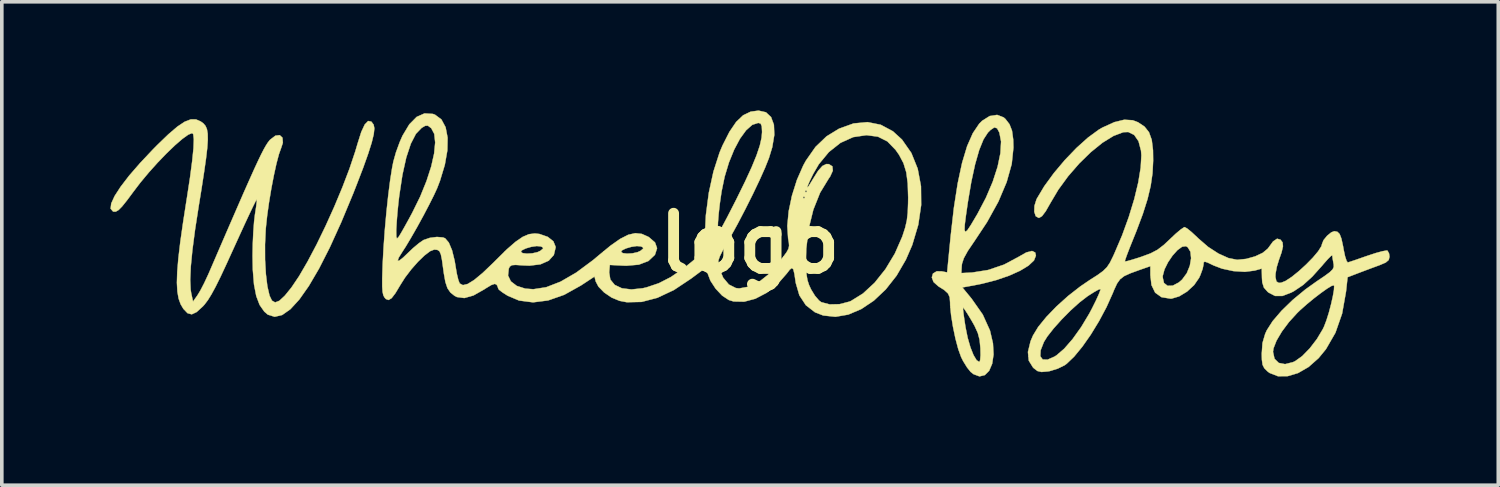
<source format=kicad_pcb>
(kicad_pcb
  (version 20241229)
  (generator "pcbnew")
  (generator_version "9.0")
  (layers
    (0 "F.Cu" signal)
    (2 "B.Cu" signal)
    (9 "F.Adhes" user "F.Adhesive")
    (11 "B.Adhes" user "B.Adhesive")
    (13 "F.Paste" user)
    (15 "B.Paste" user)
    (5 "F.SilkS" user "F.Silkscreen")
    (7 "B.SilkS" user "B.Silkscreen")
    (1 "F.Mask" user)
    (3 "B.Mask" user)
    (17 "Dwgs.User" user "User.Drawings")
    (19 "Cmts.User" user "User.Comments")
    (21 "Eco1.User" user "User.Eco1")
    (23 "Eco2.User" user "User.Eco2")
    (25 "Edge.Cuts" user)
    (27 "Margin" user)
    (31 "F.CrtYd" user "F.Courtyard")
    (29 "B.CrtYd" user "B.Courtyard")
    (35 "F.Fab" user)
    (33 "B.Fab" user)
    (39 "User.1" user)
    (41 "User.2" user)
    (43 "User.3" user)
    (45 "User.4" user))
  (footprint "logo"
    (layer "F.Cu")
    (at 17.658 3.674)
    (property "Reference" "logo" (at 0 0 0) (layer "F.SilkS") (effects (font (size 1.524 1.524) (thickness 0.3))))
    (attr through_hole)
    (fp_poly (pts (xy 7.012 -3.481) (xy 7.058 -3.441) (xy 7.172 -3.294) (xy 7.242 -3.114) (xy 7.275 -2.87) (xy 7.281 -2.645) (xy 7.234 -2.195) (xy 7.094 -1.696) (xy 6.866 -1.157) (xy 6.553 -0.59) (xy 6.201 -0.059) (xy 6.022 0.205) (xy 5.911 0.406) (xy 5.86 0.562) (xy 5.854 0.614) (xy 5.842 0.818) (xy 6.139 0.803) (xy 6.577 0.734) (xy 7.022 0.584) (xy 7.417 0.373) (xy 7.637 0.248) (xy 7.794 0.207) (xy 7.883 0.25) (xy 7.902 0.335) (xy 7.849 0.469) (xy 7.698 0.611) (xy 7.463 0.754) (xy 7.16 0.89) (xy 6.803 1.012) (xy 6.406 1.114) (xy 6.244 1.146) (xy 5.871 1.215) (xy 6.126 1.525) (xy 6.434 1.964) (xy 6.634 2.406) (xy 6.716 2.76) (xy 6.732 3.066) (xy 6.694 3.321) (xy 6.611 3.515) (xy 6.491 3.635) (xy 6.344 3.671) (xy 6.179 3.61) (xy 6.099 3.547) (xy 6.001 3.425) (xy 5.892 3.248) (xy 5.837 3.138) (xy 5.758 2.92) (xy 5.68 2.628) (xy 5.612 2.303) (xy 5.56 1.982) (xy 5.539 1.769) (xy 5.889 1.769) (xy 5.89 1.828) (xy 5.907 1.973) (xy 5.937 2.179) (xy 5.958 2.313) (xy 6.017 2.605) (xy 6.093 2.868) (xy 6.178 3.081) (xy 6.263 3.223) (xy 6.339 3.274) (xy 6.362 3.222) (xy 6.373 3.086) (xy 6.369 2.893) (xy 6.369 2.892) (xy 6.347 2.662) (xy 6.298 2.474) (xy 6.208 2.276) (xy 6.126 2.131) (xy 6.02 1.955) (xy 5.937 1.827) (xy 5.892 1.77) (xy 5.889 1.769) (xy 5.539 1.769) (xy 5.533 1.706) (xy 5.532 1.632) (xy 5.521 1.486) (xy 5.474 1.381) (xy 5.369 1.285) (xy 5.207 1.183) (xy 5.075 1.065) (xy 5.027 0.938) (xy 5.059 0.83) (xy 5.164 0.768) (xy 5.302 0.77) (xy 5.45 0.799) (xy 5.548 -0.207) (xy 5.566 -0.365) (xy 5.931 -0.365) (xy 5.955 -0.319) (xy 6.012 -0.369) (xy 6.105 -0.509) (xy 6.239 -0.735) (xy 6.288 -0.818) (xy 6.522 -1.264) (xy 6.709 -1.703) (xy 6.844 -2.119) (xy 6.922 -2.495) (xy 6.94 -2.816) (xy 6.893 -3.062) (xy 6.829 -3.181) (xy 6.754 -3.205) (xy 6.648 -3.134) (xy 6.576 -3.062) (xy 6.454 -2.874) (xy 6.335 -2.58) (xy 6.222 -2.184) (xy 6.116 -1.694) (xy 6.018 -1.114) (xy 6.018 -1.11) (xy 5.967 -0.756) (xy 5.936 -0.509) (xy 5.931 -0.365) (xy 5.566 -0.365) (xy 5.637 -0.988) (xy 5.742 -1.661) (xy 5.863 -2.226) (xy 6.002 -2.687) (xy 6.16 -3.046) (xy 6.336 -3.307) (xy 6.417 -3.388) (xy 6.627 -3.52) (xy 6.831 -3.551) (xy 7.012 -3.481)) (stroke (width 0.01) (type solid)) (fill yes) (layer "F.SilkS"))
    (fp_poly (pts (xy -15.164 -3.369) (xy -15.161 -3.367) (xy -15.087 -3.312) (xy -15.031 -3.245) (xy -14.993 -3.156) (xy -14.972 -3.032) (xy -14.969 -2.864) (xy -14.984 -2.639) (xy -15.018 -2.347) (xy -15.071 -1.975) (xy -15.142 -1.513) (xy -15.218 -1.044) (xy -15.321 -0.38) (xy -15.394 0.18) (xy -15.439 0.64) (xy -15.455 1.003) (xy -15.443 1.274) (xy -15.426 1.38) (xy -15.377 1.604) (xy -15.253 1.429) (xy -15.172 1.295) (xy -15.068 1.094) (xy -14.961 0.865) (xy -14.937 0.811) (xy -14.639 0.12) (xy -14.381 -0.476) (xy -14.161 -0.982) (xy -13.975 -1.409) (xy -13.818 -1.762) (xy -13.689 -2.05) (xy -13.582 -2.28) (xy -13.495 -2.461) (xy -13.424 -2.599) (xy -13.365 -2.703) (xy -13.316 -2.78) (xy -13.272 -2.838) (xy -13.248 -2.865) (xy -13.102 -2.977) (xy -12.982 -2.991) (xy -12.907 -2.921) (xy -12.896 -2.781) (xy -12.943 -2.638) (xy -13.004 -2.467) (xy -13.073 -2.208) (xy -13.144 -1.884) (xy -13.214 -1.522) (xy -13.277 -1.144) (xy -13.329 -0.775) (xy -13.365 -0.439) (xy -13.369 -0.393) (xy -13.389 0.027) (xy -13.388 0.449) (xy -13.365 0.844) (xy -13.324 1.183) (xy -13.264 1.44) (xy -13.264 1.441) (xy -13.196 1.58) (xy -13.108 1.628) (xy -12.993 1.583) (xy -12.842 1.442) (xy -12.658 1.215) (xy -12.446 0.9) (xy -12.213 0.499) (xy -11.966 0.032) (xy -11.718 -0.479) (xy -11.477 -1.013) (xy -11.253 -1.549) (xy -11.056 -2.065) (xy -10.897 -2.539) (xy -10.832 -2.759) (xy -10.731 -3.078) (xy -10.634 -3.286) (xy -10.541 -3.382) (xy -10.452 -3.365) (xy -10.389 -3.281) (xy -10.369 -3.181) (xy -10.386 -3.019) (xy -10.442 -2.787) (xy -10.54 -2.478) (xy -10.68 -2.085) (xy -10.867 -1.599) (xy -10.953 -1.38) (xy -11.284 -0.585) (xy -11.598 0.106) (xy -11.896 0.692) (xy -12.178 1.173) (xy -12.442 1.548) (xy -12.687 1.815) (xy -12.914 1.975) (xy -13.122 2.025) (xy -13.31 1.966) (xy -13.409 1.881) (xy -13.538 1.697) (xy -13.631 1.451) (xy -13.693 1.132) (xy -13.726 0.725) (xy -13.733 0.339) (xy -13.727 0.014) (xy -13.712 -0.31) (xy -13.691 -0.597) (xy -13.666 -0.808) (xy -13.665 -0.812) (xy -13.635 -1.006) (xy -13.617 -1.152) (xy -13.617 -1.218) (xy -13.617 -1.218) (xy -13.644 -1.174) (xy -13.711 -1.04) (xy -13.812 -0.829) (xy -13.94 -0.555) (xy -14.089 -0.23) (xy -14.251 0.125) (xy -14.453 0.568) (xy -14.618 0.921) (xy -14.754 1.195) (xy -14.868 1.405) (xy -14.965 1.562) (xy -15.054 1.68) (xy -15.104 1.736) (xy -15.277 1.894) (xy -15.412 1.957) (xy -15.528 1.926) (xy -15.643 1.806) (xy -15.719 1.678) (xy -15.775 1.522) (xy -15.809 1.328) (xy -15.822 1.085) (xy -15.813 0.783) (xy -15.782 0.412) (xy -15.729 -0.038) (xy -15.652 -0.578) (xy -15.553 -1.217) (xy -15.548 -1.245) (xy -15.461 -1.815) (xy -15.4 -2.278) (xy -15.364 -2.633) (xy -15.355 -2.879) (xy -15.371 -3.017) (xy -15.401 -3.048) (xy -15.507 -3.006) (xy -15.669 -2.89) (xy -15.874 -2.713) (xy -16.107 -2.489) (xy -16.354 -2.233) (xy -16.601 -1.958) (xy -16.834 -1.678) (xy -17.016 -1.439) (xy -17.201 -1.19) (xy -17.336 -1.022) (xy -17.434 -0.923) (xy -17.509 -0.88) (xy -17.574 -0.88) (xy -17.588 -0.885) (xy -17.653 -0.961) (xy -17.636 -1.105) (xy -17.543 -1.309) (xy -17.376 -1.567) (xy -17.142 -1.872) (xy -16.843 -2.217) (xy -16.485 -2.597) (xy -16.365 -2.719) (xy -16.059 -3.014) (xy -15.811 -3.226) (xy -15.609 -3.361) (xy -15.441 -3.426) (xy -15.297 -3.427) (xy -15.164 -3.369)) (stroke (width 0.01) (type solid)) (fill yes) (layer "F.SilkS"))
    (fp_poly (pts (xy 10.576 -3.403) (xy 10.723 -3.347) (xy 10.902 -3.227) (xy 11.025 -3.072) (xy 11.101 -2.861) (xy 11.136 -2.575) (xy 11.14 -2.286) (xy 11.122 -1.938) (xy 11.072 -1.592) (xy 10.985 -1.226) (xy 10.855 -0.816) (xy 10.677 -0.341) (xy 10.587 -0.118) (xy 10.491 0.12) (xy 10.416 0.316) (xy 10.369 0.449) (xy 10.358 0.497) (xy 10.415 0.489) (xy 10.552 0.451) (xy 10.745 0.391) (xy 10.817 0.367) (xy 11.069 0.274) (xy 11.26 0.174) (xy 11.437 0.038) (xy 11.601 -0.116) (xy 11.764 -0.27) (xy 11.902 -0.386) (xy 11.993 -0.447) (xy 12.009 -0.452) (xy 12.079 -0.414) (xy 12.202 -0.314) (xy 12.355 -0.172) (xy 12.391 -0.137) (xy 12.659 0.095) (xy 12.945 0.28) (xy 13.221 0.404) (xy 13.459 0.451) (xy 13.466 0.451) (xy 13.711 0.426) (xy 13.957 0.357) (xy 14.166 0.259) (xy 14.305 0.144) (xy 14.319 0.125) (xy 14.452 -0.056) (xy 14.563 -0.131) (xy 14.657 -0.105) (xy 14.714 -0.03) (xy 14.725 0.079) (xy 14.687 0.245) (xy 14.616 0.446) (xy 14.554 0.648) (xy 14.52 0.837) (xy 14.517 0.926) (xy 14.544 1.048) (xy 14.608 1.088) (xy 14.67 1.086) (xy 14.796 1.036) (xy 14.968 0.923) (xy 15.165 0.764) (xy 15.366 0.58) (xy 15.551 0.391) (xy 15.698 0.216) (xy 15.787 0.075) (xy 15.804 0.013) (xy 15.846 -0.092) (xy 15.944 -0.212) (xy 16.06 -0.307) (xy 16.144 -0.339) (xy 16.229 -0.322) (xy 16.291 -0.26) (xy 16.34 -0.132) (xy 16.386 0.082) (xy 16.401 0.169) (xy 16.44 0.353) (xy 16.482 0.481) (xy 16.515 0.525) (xy 16.588 0.502) (xy 16.741 0.451) (xy 16.946 0.379) (xy 17.062 0.339) (xy 17.284 0.266) (xy 17.467 0.216) (xy 17.585 0.195) (xy 17.612 0.198) (xy 17.655 0.276) (xy 17.667 0.366) (xy 17.646 0.456) (xy 17.564 0.526) (xy 17.399 0.597) (xy 17.184 0.676) (xy 16.939 0.768) (xy 16.82 0.813) (xy 16.51 0.932) (xy 16.467 1.327) (xy 16.359 1.936) (xy 16.174 2.466) (xy 15.912 2.92) (xy 15.71 3.166) (xy 15.433 3.411) (xy 15.142 3.579) (xy 14.854 3.665) (xy 14.586 3.666) (xy 14.355 3.576) (xy 14.298 3.533) (xy 14.21 3.445) (xy 14.162 3.35) (xy 14.143 3.21) (xy 14.139 3.039) (xy 14.143 2.993) (xy 14.45 2.993) (xy 14.492 3.184) (xy 14.609 3.299) (xy 14.784 3.333) (xy 15.002 3.278) (xy 15.062 3.25) (xy 15.256 3.111) (xy 15.465 2.897) (xy 15.663 2.639) (xy 15.825 2.368) (xy 15.86 2.295) (xy 15.925 2.125) (xy 15.992 1.912) (xy 16.053 1.682) (xy 16.102 1.464) (xy 16.133 1.287) (xy 16.139 1.176) (xy 16.132 1.156) (xy 16.072 1.17) (xy 15.947 1.245) (xy 15.778 1.365) (xy 15.583 1.514) (xy 15.383 1.679) (xy 15.197 1.844) (xy 15.121 1.918) (xy 14.891 2.17) (xy 14.695 2.433) (xy 14.547 2.683) (xy 14.464 2.896) (xy 14.45 2.993) (xy 14.143 2.993) (xy 14.16 2.748) (xy 14.233 2.499) (xy 14.278 2.399) (xy 14.44 2.145) (xy 14.685 1.859) (xy 14.992 1.561) (xy 15.343 1.271) (xy 15.655 1.048) (xy 15.876 0.899) (xy 16.018 0.794) (xy 16.097 0.716) (xy 16.128 0.65) (xy 16.126 0.578) (xy 16.12 0.549) (xy 16.096 0.412) (xy 16.087 0.329) (xy 16.054 0.343) (xy 15.968 0.428) (xy 15.845 0.567) (xy 15.812 0.607) (xy 15.534 0.917) (xy 15.281 1.147) (xy 15.028 1.317) (xy 14.952 1.357) (xy 14.709 1.45) (xy 14.507 1.449) (xy 14.326 1.355) (xy 14.303 1.336) (xy 14.199 1.219) (xy 14.153 1.074) (xy 14.145 0.95) (xy 14.139 0.694) (xy 13.942 0.749) (xy 13.674 0.783) (xy 13.358 0.763) (xy 13.041 0.695) (xy 12.808 0.606) (xy 12.65 0.53) (xy 12.567 0.502) (xy 12.536 0.522) (xy 12.531 0.583) (xy 12.507 0.701) (xy 12.446 0.868) (xy 12.41 0.948) (xy 12.271 1.149) (xy 12.076 1.329) (xy 11.858 1.461) (xy 11.651 1.523) (xy 11.619 1.524) (xy 11.37 1.483) (xy 11.195 1.358) (xy 11.094 1.148) (xy 11.07 0.934) (xy 11.403 0.934) (xy 11.439 1.091) (xy 11.538 1.169) (xy 11.681 1.165) (xy 11.85 1.076) (xy 11.939 0.998) (xy 12.069 0.822) (xy 12.153 0.616) (xy 12.188 0.409) (xy 12.17 0.229) (xy 12.096 0.105) (xy 12.046 0.075) (xy 11.94 0.09) (xy 11.81 0.185) (xy 11.674 0.337) (xy 11.549 0.522) (xy 11.453 0.716) (xy 11.405 0.895) (xy 11.403 0.934) (xy 11.07 0.934) (xy 11.063 0.875) (xy 11.063 0.627) (xy 10.767 0.73) (xy 10.514 0.822) (xy 10.342 0.9) (xy 10.227 0.988) (xy 10.143 1.106) (xy 10.063 1.278) (xy 10.025 1.372) (xy 9.852 1.757) (xy 9.645 2.145) (xy 9.418 2.517) (xy 9.184 2.85) (xy 8.958 3.125) (xy 8.753 3.321) (xy 8.696 3.363) (xy 8.505 3.457) (xy 8.284 3.525) (xy 8.229 3.534) (xy 8.057 3.549) (xy 7.945 3.523) (xy 7.843 3.445) (xy 7.822 3.425) (xy 7.705 3.236) (xy 7.693 3.116) (xy 8.023 3.116) (xy 8.09 3.204) (xy 8.223 3.209) (xy 8.417 3.124) (xy 8.471 3.089) (xy 8.683 2.907) (xy 8.916 2.639) (xy 9.152 2.309) (xy 9.376 1.937) (xy 9.452 1.793) (xy 9.559 1.578) (xy 9.639 1.402) (xy 9.683 1.288) (xy 9.687 1.258) (xy 9.631 1.274) (xy 9.509 1.342) (xy 9.345 1.446) (xy 9.327 1.458) (xy 9.106 1.628) (xy 8.861 1.849) (xy 8.615 2.097) (xy 8.392 2.346) (xy 8.215 2.572) (xy 8.123 2.72) (xy 8.032 2.951) (xy 8.023 3.116) (xy 7.693 3.116) (xy 7.682 2.996) (xy 7.754 2.701) (xy 7.821 2.543) (xy 7.966 2.304) (xy 8.19 2.029) (xy 8.471 1.738) (xy 8.79 1.451) (xy 9.128 1.187) (xy 9.382 1.014) (xy 9.606 0.871) (xy 9.758 0.76) (xy 9.864 0.655) (xy 9.947 0.53) (xy 10.032 0.358) (xy 10.067 0.282) (xy 10.282 -0.222) (xy 10.467 -0.731) (xy 10.618 -1.225) (xy 10.729 -1.686) (xy 10.796 -2.095) (xy 10.815 -2.433) (xy 10.805 -2.563) (xy 10.736 -2.824) (xy 10.616 -2.998) (xy 10.453 -3.078) (xy 10.316 -3.073) (xy 10.044 -2.97) (xy 9.74 -2.782) (xy 9.42 -2.523) (xy 9.099 -2.21) (xy 8.793 -1.858) (xy 8.52 -1.484) (xy 8.306 -1.123) (xy 8.173 -0.89) (xy 8.07 -0.754) (xy 7.988 -0.706) (xy 7.98 -0.706) (xy 7.897 -0.753) (xy 7.857 -0.875) (xy 7.862 -1.039) (xy 7.917 -1.215) (xy 7.927 -1.236) (xy 8.133 -1.581) (xy 8.398 -1.944) (xy 8.701 -2.304) (xy 9.022 -2.638) (xy 9.34 -2.924) (xy 9.636 -3.141) (xy 9.74 -3.201) (xy 10.07 -3.351) (xy 10.342 -3.417) (xy 10.576 -3.403)) (stroke (width 0.01) (type solid)) (fill yes) (layer "F.SilkS"))
    (fp_poly (pts (xy 0.446 -3.623) (xy 0.588 -3.49) (xy 0.666 -3.279) (xy 0.677 -2.999) (xy 0.62 -2.658) (xy 0.529 -2.36) (xy 0.422 -2.091) (xy 0.269 -1.749) (xy 0.083 -1.359) (xy -0.124 -0.946) (xy -0.339 -0.534) (xy -0.552 -0.148) (xy -0.615 -0.037) (xy -0.746 0.192) (xy -0.826 0.351) (xy -0.865 0.464) (xy -0.871 0.558) (xy -0.852 0.658) (xy -0.846 0.68) (xy -0.736 0.945) (xy -0.578 1.134) (xy -0.386 1.231) (xy -0.295 1.242) (xy -0.024 1.193) (xy 0.255 1.061) (xy 0.505 0.863) (xy 0.575 0.787) (xy 0.781 0.542) (xy 0.924 0.367) (xy 1.554 0.367) (xy 1.556 0.654) (xy 1.567 0.858) (xy 1.592 1.011) (xy 1.635 1.144) (xy 1.693 1.27) (xy 1.798 1.442) (xy 1.913 1.576) (xy 1.976 1.622) (xy 2.204 1.683) (xy 2.477 1.677) (xy 2.748 1.607) (xy 2.794 1.588) (xy 3.126 1.382) (xy 3.449 1.083) (xy 3.747 0.709) (xy 4.006 0.279) (xy 4.211 -0.189) (xy 4.218 -0.21) (xy 4.291 -0.435) (xy 4.337 -0.634) (xy 4.362 -0.847) (xy 4.372 -1.113) (xy 4.374 -1.27) (xy 4.362 -1.658) (xy 4.322 -1.965) (xy 4.244 -2.219) (xy 4.122 -2.449) (xy 4.025 -2.587) (xy 3.799 -2.819) (xy 3.54 -2.949) (xy 3.226 -2.991) (xy 3.221 -2.991) (xy 2.855 -2.937) (xy 2.505 -2.779) (xy 2.185 -2.526) (xy 1.906 -2.188) (xy 1.753 -1.925) (xy 1.651 -1.716) (xy 1.596 -1.587) (xy 1.589 -1.544) (xy 1.63 -1.592) (xy 1.719 -1.737) (xy 1.745 -1.781) (xy 1.887 -2.007) (xy 2.005 -2.14) (xy 2.114 -2.193) (xy 2.184 -2.191) (xy 2.281 -2.13) (xy 2.293 -2.011) (xy 2.219 -1.848) (xy 2.179 -1.791) (xy 1.942 -1.402) (xy 1.755 -0.934) (xy 1.626 -0.411) (xy 1.56 0.143) (xy 1.554 0.367) (xy 0.924 0.367) (xy 0.926 0.365) (xy 1.018 0.239) (xy 1.068 0.145) (xy 1.085 0.064) (xy 1.079 -0.023) (xy 1.059 -0.134) (xy 1.058 -0.141) (xy 1.036 -0.485) (xy 1.074 -0.89) (xy 1.154 -1.27) (xy 1.468 -1.27) (xy 1.496 -1.242) (xy 1.524 -1.27) (xy 1.496 -1.298) (xy 1.468 -1.27) (xy 1.154 -1.27) (xy 1.165 -1.323) (xy 1.202 -1.439) (xy 1.524 -1.439) (xy 1.552 -1.411) (xy 1.58 -1.439) (xy 1.552 -1.468) (xy 1.524 -1.439) (xy 1.202 -1.439) (xy 1.301 -1.754) (xy 1.476 -2.153) (xy 1.549 -2.286) (xy 1.815 -2.667) (xy 2.119 -2.958) (xy 2.465 -3.17) (xy 2.867 -3.315) (xy 3.253 -3.351) (xy 3.617 -3.278) (xy 3.953 -3.098) (xy 4.203 -2.87) (xy 4.462 -2.499) (xy 4.637 -2.065) (xy 4.728 -1.581) (xy 4.733 -1.061) (xy 4.653 -0.516) (xy 4.487 0.041) (xy 4.312 0.445) (xy 4.054 0.889) (xy 3.755 1.269) (xy 3.425 1.58) (xy 3.076 1.813) (xy 2.72 1.964) (xy 2.366 2.025) (xy 2.028 1.989) (xy 1.801 1.901) (xy 1.549 1.706) (xy 1.369 1.432) (xy 1.27 1.092) (xy 1.267 1.072) (xy 1.233 0.843) (xy 1.202 0.715) (xy 1.162 0.678) (xy 1.104 0.723) (xy 1.02 0.832) (xy 0.76 1.129) (xy 0.465 1.363) (xy 0.153 1.526) (xy -0.156 1.608) (xy -0.445 1.602) (xy -0.578 1.562) (xy -0.763 1.44) (xy -0.944 1.248) (xy -1.088 1.027) (xy -1.158 0.843) (xy -1.19 0.727) (xy -1.215 0.677) (xy -1.215 0.677) (xy -1.266 0.709) (xy -1.385 0.794) (xy -1.549 0.916) (xy -1.62 0.969) (xy -2.095 1.285) (xy -2.554 1.501) (xy -2.988 1.614) (xy -3.395 1.623) (xy -3.599 1.584) (xy -3.818 1.493) (xy -4.023 1.353) (xy -4.18 1.192) (xy -4.255 1.049) (xy -4.289 0.914) (xy -4.665 1.161) (xy -5.126 1.418) (xy -5.569 1.573) (xy -5.986 1.626) (xy -6.373 1.576) (xy -6.689 1.442) (xy -6.832 1.351) (xy -6.925 1.279) (xy -6.944 1.254) (xy -6.971 1.175) (xy -6.991 1.141) (xy -7.041 1.115) (xy -7.138 1.147) (xy -7.299 1.244) (xy -7.331 1.266) (xy -7.632 1.436) (xy -7.884 1.507) (xy -8.091 1.479) (xy -8.154 1.446) (xy -8.269 1.353) (xy -8.35 1.235) (xy -8.407 1.065) (xy -8.451 0.819) (xy -8.467 0.703) (xy -8.501 0.455) (xy -8.533 0.299) (xy -8.572 0.213) (xy -8.629 0.177) (xy -8.713 0.169) (xy -8.715 0.169) (xy -8.829 0.213) (xy -8.985 0.332) (xy -9.165 0.506) (xy -9.35 0.716) (xy -9.522 0.942) (xy -9.648 1.141) (xy -9.787 1.373) (xy -9.892 1.51) (xy -9.976 1.561) (xy -10.049 1.535) (xy -10.087 1.494) (xy -10.121 1.431) (xy -10.142 1.334) (xy -10.152 1.185) (xy -10.152 0.964) (xy -10.142 0.655) (xy -10.139 0.564) (xy -10.114 0.103) (xy -10.083 -0.328) (xy -9.765 -0.328) (xy -9.762 -0.184) (xy -9.745 -0.137) (xy -9.707 -0.171) (xy -9.687 -0.199) (xy -9.629 -0.294) (xy -9.533 -0.463) (xy -9.414 -0.678) (xy -9.323 -0.847) (xy -9.104 -1.292) (xy -8.929 -1.723) (xy -8.799 -2.124) (xy -8.718 -2.484) (xy -8.689 -2.789) (xy -8.714 -3.026) (xy -8.797 -3.182) (xy -8.804 -3.188) (xy -8.89 -3.253) (xy -8.964 -3.25) (xy -9.063 -3.192) (xy -9.221 -3.028) (xy -9.362 -2.755) (xy -9.487 -2.377) (xy -9.594 -1.896) (xy -9.682 -1.315) (xy -9.705 -1.117) (xy -9.732 -0.848) (xy -9.752 -0.593) (xy -9.764 -0.391) (xy -9.765 -0.328) (xy -10.083 -0.328) (xy -10.079 -0.383) (xy -10.035 -0.87) (xy -9.985 -1.334) (xy -9.932 -1.749) (xy -9.878 -2.091) (xy -9.845 -2.258) (xy -9.772 -2.517) (xy -9.669 -2.799) (xy -9.592 -2.975) (xy -9.404 -3.289) (xy -9.201 -3.495) (xy -8.983 -3.592) (xy -8.754 -3.578) (xy -8.695 -3.557) (xy -8.517 -3.425) (xy -8.401 -3.209) (xy -8.346 -2.921) (xy -8.353 -2.571) (xy -8.423 -2.171) (xy -8.556 -1.732) (xy -8.636 -1.524) (xy -8.727 -1.327) (xy -8.86 -1.063) (xy -9.019 -0.76) (xy -9.19 -0.448) (xy -9.357 -0.157) (xy -9.502 0.086) (xy -9.59 0.222) (xy -9.695 0.39) (xy -9.725 0.475) (xy -9.683 0.475) (xy -9.573 0.388) (xy -9.471 0.291) (xy -9.301 0.129) (xy -9.136 -0.009) (xy -9.012 -0.094) (xy -9.009 -0.096) (xy -8.836 -0.155) (xy -8.641 -0.18) (xy -8.473 -0.166) (xy -8.414 -0.143) (xy -8.313 -0.025) (xy -8.223 0.189) (xy -8.151 0.481) (xy -8.127 0.627) (xy -8.091 0.838) (xy -8.05 1.008) (xy -8.013 1.103) (xy -8.01 1.106) (xy -7.923 1.151) (xy -7.792 1.119) (xy -7.612 1.008) (xy -7.378 0.814) (xy -7.084 0.533) (xy -7 0.449) (xy -6.776 0.228) (xy -6.322 0.228) (xy -6.274 0.267) (xy -6.155 0.281) (xy -6.005 0.272) (xy -5.863 0.24) (xy -5.782 0.202) (xy -5.707 0.138) (xy -5.724 0.103) (xy -5.776 0.081) (xy -5.885 0.071) (xy -6.035 0.093) (xy -6.184 0.136) (xy -6.292 0.188) (xy -6.322 0.228) (xy -6.776 0.228) (xy -6.708 0.161) (xy -6.47 -0.046) (xy -6.272 -0.182) (xy -6.099 -0.256) (xy -5.935 -0.276) (xy -5.809 -0.262) (xy -5.58 -0.182) (xy -5.425 -0.06) (xy -5.363 0.093) (xy -5.362 0.107) (xy -5.412 0.318) (xy -5.554 0.476) (xy -5.781 0.576) (xy -6.084 0.613) (xy -6.277 0.605) (xy -6.466 0.592) (xy -6.573 0.6) (xy -6.629 0.639) (xy -6.657 0.696) (xy -6.677 0.885) (xy -6.599 1.047) (xy -6.436 1.172) (xy -6.202 1.247) (xy -5.979 1.264) (xy -5.624 1.209) (xy -5.226 1.055) (xy -4.793 0.804) (xy -4.328 0.459) (xy -4.177 0.332) (xy -4.05 0.228) (xy -3.556 0.228) (xy -3.508 0.267) (xy -3.389 0.281) (xy -3.239 0.272) (xy -3.097 0.24) (xy -3.016 0.202) (xy -2.942 0.138) (xy -2.958 0.103) (xy -3.01 0.081) (xy -3.119 0.071) (xy -3.269 0.093) (xy -3.418 0.136) (xy -3.526 0.188) (xy -3.556 0.228) (xy -4.05 0.228) (xy -3.85 0.063) (xy -3.581 -0.126) (xy -3.357 -0.24) (xy -3.162 -0.284) (xy -2.982 -0.264) (xy -2.803 -0.184) (xy -2.785 -0.173) (xy -2.618 -0.029) (xy -2.561 0.131) (xy -2.617 0.306) (xy -2.624 0.318) (xy -2.801 0.485) (xy -3.064 0.585) (xy -3.41 0.615) (xy -3.496 0.612) (xy -3.866 0.593) (xy -3.884 0.798) (xy -3.852 0.996) (xy -3.731 1.144) (xy -3.532 1.238) (xy -3.27 1.27) (xy -2.957 1.237) (xy -2.85 1.212) (xy -2.512 1.098) (xy -2.181 0.928) (xy -1.832 0.689) (xy -1.61 0.511) (xy -1.242 0.204) (xy -1.242 -0.167) (xy -1.231 -0.407) (xy -0.884 -0.407) (xy -0.873 -0.316) (xy -0.855 -0.31) (xy -0.812 -0.378) (xy -0.729 -0.528) (xy -0.615 -0.743) (xy -0.48 -1.006) (xy -0.374 -1.214) (xy -0.134 -1.702) (xy 0.052 -2.106) (xy 0.187 -2.436) (xy 0.277 -2.704) (xy 0.326 -2.923) (xy 0.339 -3.078) (xy 0.331 -3.237) (xy 0.299 -3.312) (xy 0.233 -3.33) (xy 0.069 -3.277) (xy -0.102 -3.126) (xy -0.272 -2.892) (xy -0.432 -2.591) (xy -0.576 -2.237) (xy -0.695 -1.843) (xy -0.781 -1.427) (xy -0.783 -1.411) (xy -0.828 -1.099) (xy -0.86 -0.816) (xy -0.879 -0.579) (xy -0.884 -0.407) (xy -1.231 -0.407) (xy -1.213 -0.782) (xy -1.132 -1.399) (xy -1.004 -1.986) (xy -0.835 -2.511) (xy -0.754 -2.705) (xy -0.563 -3.082) (xy -0.376 -3.357) (xy -0.184 -3.54) (xy 0.024 -3.64) (xy 0.241 -3.669) (xy 0.446 -3.623)) (stroke (width 0.01) (type solid)) (fill yes) (layer "F.SilkS")))
  (gr_rect
    (start -3 -3)
    (end 38.33 10.35)
    (stroke (width 0.1) (type default))
    (fill no)
    (layer "Edge.Cuts")))
</source>
